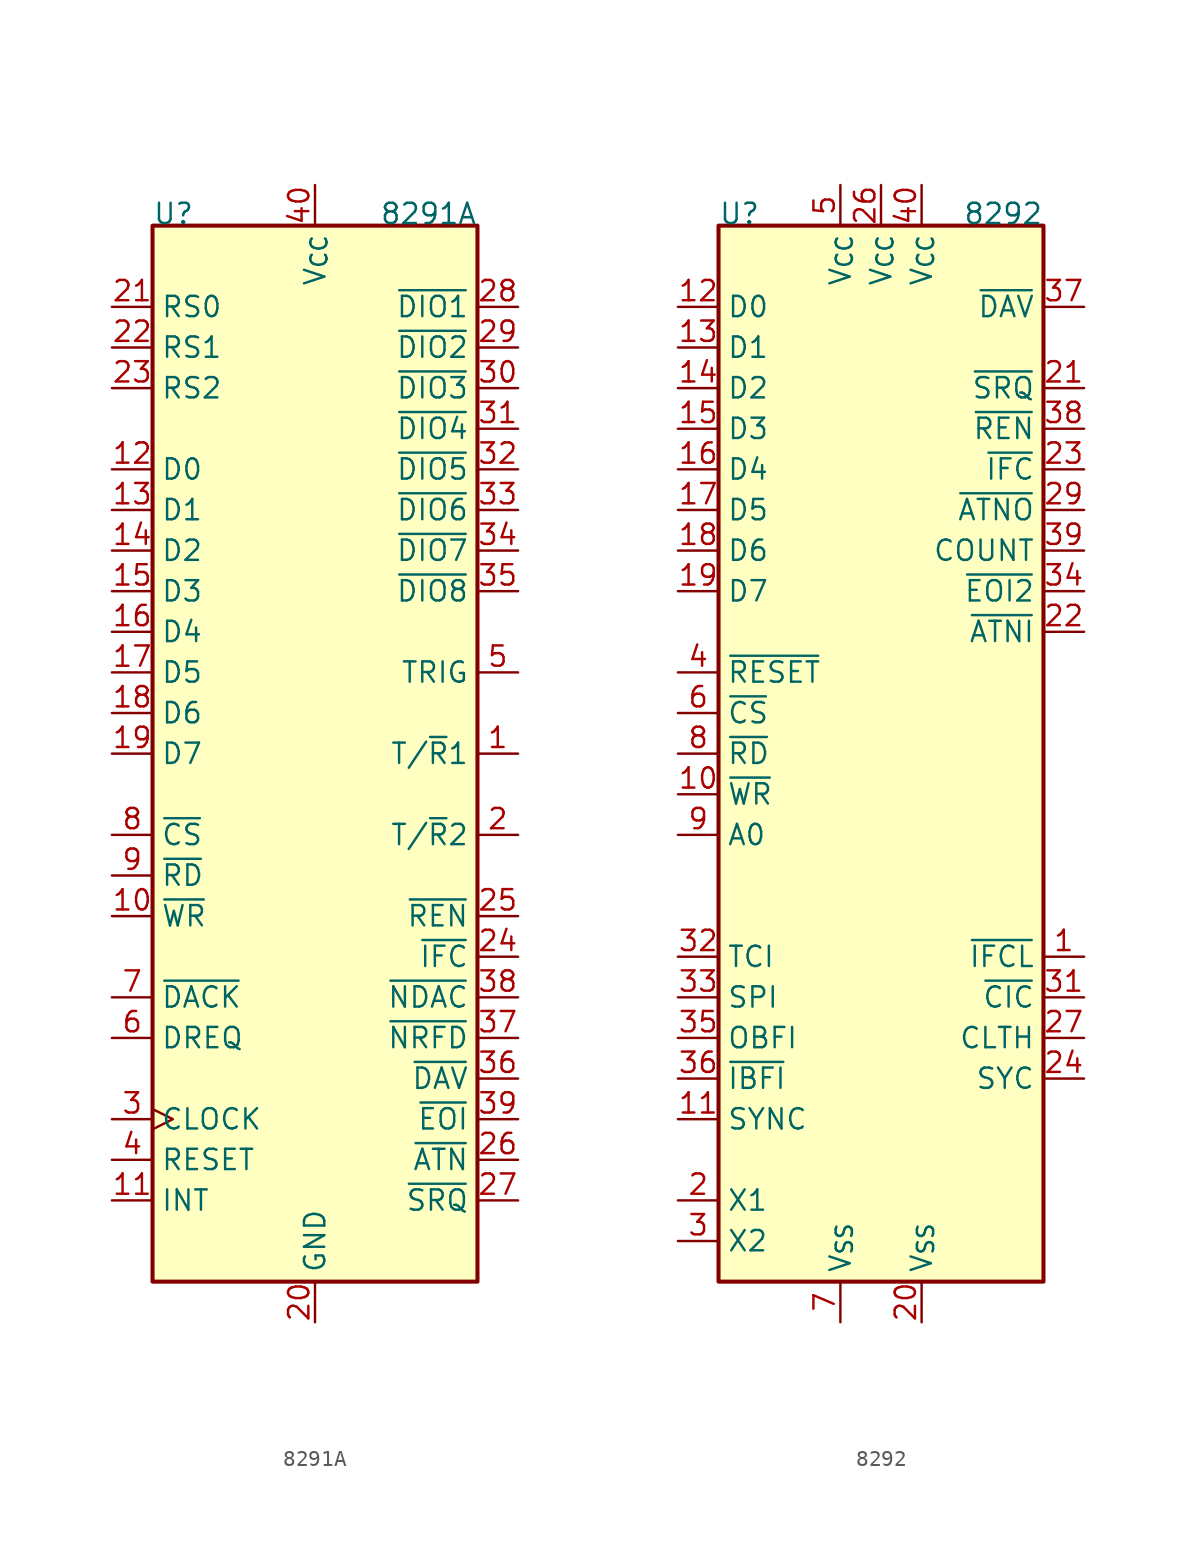
<source format=kicad_sym>
(kicad_symbol_lib
  (version 20231120)
  (generator "kicad_symbol_editor")
  (generator_version "8.0")
  (symbol "8291A"
    (property "Reference" "U"
      (at -10.16 33.02 0)
      (effects (font (size 1.27 1.27)) (justify left bottom)))
    (property "Value" "8291A"
      (at 10.16 33.02 0)
      (effects (font (size 1.27 1.27)) (justify right bottom)))
    (symbol "8291A_0_1"
      (rectangle (start -10.16 33.02) (end 10.16 -33.02) (stroke (width 0.254) (type default)) (fill (type background))))
    (symbol "8291A_1_1"
      (pin output line (at 12.7 0 180) (length 2.54) (name "T/~{R}1" (effects (font (size 1.27 1.27)))) (number "1" (effects (font (size 1.27 1.27)))))
      (pin input line (at -12.7 -10.16 0) (length 2.54) (name "~{WR}" (effects (font (size 1.27 1.27)))) (number "10" (effects (font (size 1.27 1.27)))))
      (pin output line (at -12.7 -27.94 0) (length 2.54) (name "INT" (effects (font (size 1.27 1.27)))) (number "11" (effects (font (size 1.27 1.27)))))
      (pin bidirectional line (at -12.7 17.78 0) (length 2.54) (name "D0" (effects (font (size 1.27 1.27)))) (number "12" (effects (font (size 1.27 1.27)))))
      (pin bidirectional line (at -12.7 15.24 0) (length 2.54) (name "D1" (effects (font (size 1.27 1.27)))) (number "13" (effects (font (size 1.27 1.27)))))
      (pin bidirectional line (at -12.7 12.7 0) (length 2.54) (name "D2" (effects (font (size 1.27 1.27)))) (number "14" (effects (font (size 1.27 1.27)))))
      (pin bidirectional line (at -12.7 10.16 0) (length 2.54) (name "D3" (effects (font (size 1.27 1.27)))) (number "15" (effects (font (size 1.27 1.27)))))
      (pin bidirectional line (at -12.7 7.62 0) (length 2.54) (name "D4" (effects (font (size 1.27 1.27)))) (number "16" (effects (font (size 1.27 1.27)))))
      (pin bidirectional line (at -12.7 5.08 0) (length 2.54) (name "D5" (effects (font (size 1.27 1.27)))) (number "17" (effects (font (size 1.27 1.27)))))
      (pin bidirectional line (at -12.7 2.54 0) (length 2.54) (name "D6" (effects (font (size 1.27 1.27)))) (number "18" (effects (font (size 1.27 1.27)))))
      (pin bidirectional line (at -12.7 0 0) (length 2.54) (name "D7" (effects (font (size 1.27 1.27)))) (number "19" (effects (font (size 1.27 1.27)))))
      (pin output line (at 12.7 -5.08 180) (length 2.54) (name "T/~{R}2" (effects (font (size 1.27 1.27)))) (number "2" (effects (font (size 1.27 1.27)))))
      (pin power_in line (at 0 -35.56 90) (length 2.54) (name "GND" (effects (font (size 1.27 1.27)))) (number "20" (effects (font (size 1.27 1.27)))))
      (pin input line (at -12.7 27.94 0) (length 2.54) (name "RS0" (effects (font (size 1.27 1.27)))) (number "21" (effects (font (size 1.27 1.27)))))
      (pin input line (at -12.7 25.4 0) (length 2.54) (name "RS1" (effects (font (size 1.27 1.27)))) (number "22" (effects (font (size 1.27 1.27)))))
      (pin input line (at -12.7 22.86 0) (length 2.54) (name "RS2" (effects (font (size 1.27 1.27)))) (number "23" (effects (font (size 1.27 1.27)))))
      (pin input line (at 12.7 -12.7 180) (length 2.54) (name "~{IFC}" (effects (font (size 1.27 1.27)))) (number "24" (effects (font (size 1.27 1.27)))))
      (pin input line (at 12.7 -10.16 180) (length 2.54) (name "~{REN}" (effects (font (size 1.27 1.27)))) (number "25" (effects (font (size 1.27 1.27)))))
      (pin input line (at 12.7 -25.4 180) (length 2.54) (name "~{ATN}" (effects (font (size 1.27 1.27)))) (number "26" (effects (font (size 1.27 1.27)))))
      (pin output line (at 12.7 -27.94 180) (length 2.54) (name "~{SRQ}" (effects (font (size 1.27 1.27)))) (number "27" (effects (font (size 1.27 1.27)))))
      (pin bidirectional line (at 12.7 27.94 180) (length 2.54) (name "~{DIO1}" (effects (font (size 1.27 1.27)))) (number "28" (effects (font (size 1.27 1.27)))))
      (pin bidirectional line (at 12.7 25.4 180) (length 2.54) (name "~{DIO2}" (effects (font (size 1.27 1.27)))) (number "29" (effects (font (size 1.27 1.27)))))
      (pin input clock (at -12.7 -22.86 0) (length 2.54) (name "CLOCK" (effects (font (size 1.27 1.27)))) (number "3" (effects (font (size 1.27 1.27)))))
      (pin bidirectional line (at 12.7 22.86 180) (length 2.54) (name "~{DIO3}" (effects (font (size 1.27 1.27)))) (number "30" (effects (font (size 1.27 1.27)))))
      (pin bidirectional line (at 12.7 20.32 180) (length 2.54) (name "~{DIO4}" (effects (font (size 1.27 1.27)))) (number "31" (effects (font (size 1.27 1.27)))))
      (pin bidirectional line (at 12.7 17.78 180) (length 2.54) (name "~{DIO5}" (effects (font (size 1.27 1.27)))) (number "32" (effects (font (size 1.27 1.27)))))
      (pin bidirectional line (at 12.7 15.24 180) (length 2.54) (name "~{DIO6}" (effects (font (size 1.27 1.27)))) (number "33" (effects (font (size 1.27 1.27)))))
      (pin bidirectional line (at 12.7 12.7 180) (length 2.54) (name "~{DIO7}" (effects (font (size 1.27 1.27)))) (number "34" (effects (font (size 1.27 1.27)))))
      (pin bidirectional line (at 12.7 10.16 180) (length 2.54) (name "~{DIO8}" (effects (font (size 1.27 1.27)))) (number "35" (effects (font (size 1.27 1.27)))))
      (pin bidirectional line (at 12.7 -20.32 180) (length 2.54) (name "~{DAV}" (effects (font (size 1.27 1.27)))) (number "36" (effects (font (size 1.27 1.27)))))
      (pin bidirectional line (at 12.7 -17.78 180) (length 2.54) (name "~{NRFD}" (effects (font (size 1.27 1.27)))) (number "37" (effects (font (size 1.27 1.27)))))
      (pin bidirectional line (at 12.7 -15.24 180) (length 2.54) (name "~{NDAC}" (effects (font (size 1.27 1.27)))) (number "38" (effects (font (size 1.27 1.27)))))
      (pin bidirectional line (at 12.7 -22.86 180) (length 2.54) (name "~{EOI}" (effects (font (size 1.27 1.27)))) (number "39" (effects (font (size 1.27 1.27)))))
      (pin input line (at -12.7 -25.4 0) (length 2.54) (name "RESET" (effects (font (size 1.27 1.27)))) (number "4" (effects (font (size 1.27 1.27)))))
      (pin power_in line (at 0 35.56 270) (length 2.54) (name "V_{CC}" (effects (font (size 1.27 1.27)))) (number "40" (effects (font (size 1.27 1.27)))))
      (pin output line (at 12.7 5.08 180) (length 2.54) (name "TRIG" (effects (font (size 1.27 1.27)))) (number "5" (effects (font (size 1.27 1.27)))))
      (pin output line (at -12.7 -17.78 0) (length 2.54) (name "DREQ" (effects (font (size 1.27 1.27)))) (number "6" (effects (font (size 1.27 1.27)))))
      (pin input line (at -12.7 -15.24 0) (length 2.54) (name "~{DACK}" (effects (font (size 1.27 1.27)))) (number "7" (effects (font (size 1.27 1.27)))))
      (pin input line (at -12.7 -5.08 0) (length 2.54) (name "~{CS}" (effects (font (size 1.27 1.27)))) (number "8" (effects (font (size 1.27 1.27)))))
      (pin input line (at -12.7 -7.62 0) (length 2.54) (name "~{RD}" (effects (font (size 1.27 1.27)))) (number "9" (effects (font (size 1.27 1.27)))))))
  (symbol "8292"
    (property "Reference" "U"
      (at -10.16 33.02 0)
      (effects (font (size 1.27 1.27)) (justify left bottom)))
    (property "Value" "8292"
      (at 10.16 33.02 0)
      (effects (font (size 1.27 1.27)) (justify right bottom)))
    (symbol "8292_0_1"
      (rectangle (start -10.16 33.02) (end 10.16 -33.02) (stroke (width 0.254) (type default)) (fill (type background))))
    (symbol "8292_1_1"
      (pin input line (at 12.7 -12.7 180) (length 2.54) (name "~{IFCL}" (effects (font (size 1.27 1.27)))) (number "1" (effects (font (size 1.27 1.27)))))
      (pin input line (at -12.7 -2.54 0) (length 2.54) (name "~{WR}" (effects (font (size 1.27 1.27)))) (number "10" (effects (font (size 1.27 1.27)))))
      (pin output line (at -12.7 -22.86 0) (length 2.54) (name "SYNC" (effects (font (size 1.27 1.27)))) (number "11" (effects (font (size 1.27 1.27)))))
      (pin bidirectional line (at -12.7 27.94 0) (length 2.54) (name "D0" (effects (font (size 1.27 1.27)))) (number "12" (effects (font (size 1.27 1.27)))))
      (pin bidirectional line (at -12.7 25.4 0) (length 2.54) (name "D1" (effects (font (size 1.27 1.27)))) (number "13" (effects (font (size 1.27 1.27)))))
      (pin bidirectional line (at -12.7 22.86 0) (length 2.54) (name "D2" (effects (font (size 1.27 1.27)))) (number "14" (effects (font (size 1.27 1.27)))))
      (pin bidirectional line (at -12.7 20.32 0) (length 2.54) (name "D3" (effects (font (size 1.27 1.27)))) (number "15" (effects (font (size 1.27 1.27)))))
      (pin bidirectional line (at -12.7 17.78 0) (length 2.54) (name "D4" (effects (font (size 1.27 1.27)))) (number "16" (effects (font (size 1.27 1.27)))))
      (pin bidirectional line (at -12.7 15.24 0) (length 2.54) (name "D5" (effects (font (size 1.27 1.27)))) (number "17" (effects (font (size 1.27 1.27)))))
      (pin bidirectional line (at -12.7 12.7 0) (length 2.54) (name "D6" (effects (font (size 1.27 1.27)))) (number "18" (effects (font (size 1.27 1.27)))))
      (pin bidirectional line (at -12.7 10.16 0) (length 2.54) (name "D7" (effects (font (size 1.27 1.27)))) (number "19" (effects (font (size 1.27 1.27)))))
      (pin input line (at -12.7 -27.94 0) (length 2.54) (name "X1" (effects (font (size 1.27 1.27)))) (number "2" (effects (font (size 1.27 1.27)))))
      (pin power_in line (at 2.54 -35.56 90) (length 2.54) (name "V_{SS}" (effects (font (size 1.27 1.27)))) (number "20" (effects (font (size 1.27 1.27)))))
      (pin input line (at 12.7 22.86 180) (length 2.54) (name "~{SRQ}" (effects (font (size 1.27 1.27)))) (number "21" (effects (font (size 1.27 1.27)))))
      (pin input line (at 12.7 7.62 180) (length 2.54) (name "~{ATNI}" (effects (font (size 1.27 1.27)))) (number "22" (effects (font (size 1.27 1.27)))))
      (pin bidirectional line (at 12.7 17.78 180) (length 2.54) (name "~{IFC}" (effects (font (size 1.27 1.27)))) (number "23" (effects (font (size 1.27 1.27)))))
      (pin input line (at 12.7 -20.32 180) (length 2.54) (name "SYC" (effects (font (size 1.27 1.27)))) (number "24" (effects (font (size 1.27 1.27)))))
      (pin no_connect line (at 12.7 2.54 180) (length 2.54) hide (name "NC" (effects (font (size 1.27 1.27)))) (number "25" (effects (font (size 1.27 1.27)))))
      (pin power_in line (at 0 35.56 270) (length 2.54) (name "V_{CC}" (effects (font (size 1.27 1.27)))) (number "26" (effects (font (size 1.27 1.27)))))
      (pin output line (at 12.7 -17.78 180) (length 2.54) (name "CLTH" (effects (font (size 1.27 1.27)))) (number "27" (effects (font (size 1.27 1.27)))))
      (pin no_connect line (at 12.7 0 180) (length 2.54) hide (name "NC" (effects (font (size 1.27 1.27)))) (number "28" (effects (font (size 1.27 1.27)))))
      (pin output line (at 12.7 15.24 180) (length 2.54) (name "~{ATNO}" (effects (font (size 1.27 1.27)))) (number "29" (effects (font (size 1.27 1.27)))))
      (pin input line (at -12.7 -30.48 0) (length 2.54) (name "X2" (effects (font (size 1.27 1.27)))) (number "3" (effects (font (size 1.27 1.27)))))
      (pin no_connect line (at 12.7 -2.54 180) (length 2.54) hide (name "NC" (effects (font (size 1.27 1.27)))) (number "30" (effects (font (size 1.27 1.27)))))
      (pin output line (at 12.7 -15.24 180) (length 2.54) (name "~{CIC}" (effects (font (size 1.27 1.27)))) (number "31" (effects (font (size 1.27 1.27)))))
      (pin output line (at -12.7 -12.7 0) (length 2.54) (name "TCI" (effects (font (size 1.27 1.27)))) (number "32" (effects (font (size 1.27 1.27)))))
      (pin output line (at -12.7 -15.24 0) (length 2.54) (name "SPI" (effects (font (size 1.27 1.27)))) (number "33" (effects (font (size 1.27 1.27)))))
      (pin bidirectional line (at 12.7 10.16 180) (length 2.54) (name "~{EOI2}" (effects (font (size 1.27 1.27)))) (number "34" (effects (font (size 1.27 1.27)))))
      (pin output line (at -12.7 -17.78 0) (length 2.54) (name "OBFI" (effects (font (size 1.27 1.27)))) (number "35" (effects (font (size 1.27 1.27)))))
      (pin output line (at -12.7 -20.32 0) (length 2.54) (name "~{IBFI}" (effects (font (size 1.27 1.27)))) (number "36" (effects (font (size 1.27 1.27)))))
      (pin bidirectional line (at 12.7 27.94 180) (length 2.54) (name "~{DAV}" (effects (font (size 1.27 1.27)))) (number "37" (effects (font (size 1.27 1.27)))))
      (pin output line (at 12.7 20.32 180) (length 2.54) (name "~{REN}" (effects (font (size 1.27 1.27)))) (number "38" (effects (font (size 1.27 1.27)))))
      (pin input line (at 12.7 12.7 180) (length 2.54) (name "COUNT" (effects (font (size 1.27 1.27)))) (number "39" (effects (font (size 1.27 1.27)))))
      (pin input line (at -12.7 5.08 0) (length 2.54) (name "~{RESET}" (effects (font (size 1.27 1.27)))) (number "4" (effects (font (size 1.27 1.27)))))
      (pin power_in line (at 2.54 35.56 270) (length 2.54) (name "V_{CC}" (effects (font (size 1.27 1.27)))) (number "40" (effects (font (size 1.27 1.27)))))
      (pin power_in line (at -2.54 35.56 270) (length 2.54) (name "V_{CC}" (effects (font (size 1.27 1.27)))) (number "5" (effects (font (size 1.27 1.27)))))
      (pin input line (at -12.7 2.54 0) (length 2.54) (name "~{CS}" (effects (font (size 1.27 1.27)))) (number "6" (effects (font (size 1.27 1.27)))))
      (pin power_in line (at -2.54 -35.56 90) (length 2.54) (name "V_{SS}" (effects (font (size 1.27 1.27)))) (number "7" (effects (font (size 1.27 1.27)))))
      (pin input line (at -12.7 0 0) (length 2.54) (name "~{RD}" (effects (font (size 1.27 1.27)))) (number "8" (effects (font (size 1.27 1.27)))))
      (pin input line (at -12.7 -5.08 0) (length 2.54) (name "A0" (effects (font (size 1.27 1.27)))) (number "9" (effects (font (size 1.27 1.27))))))))
</source>
